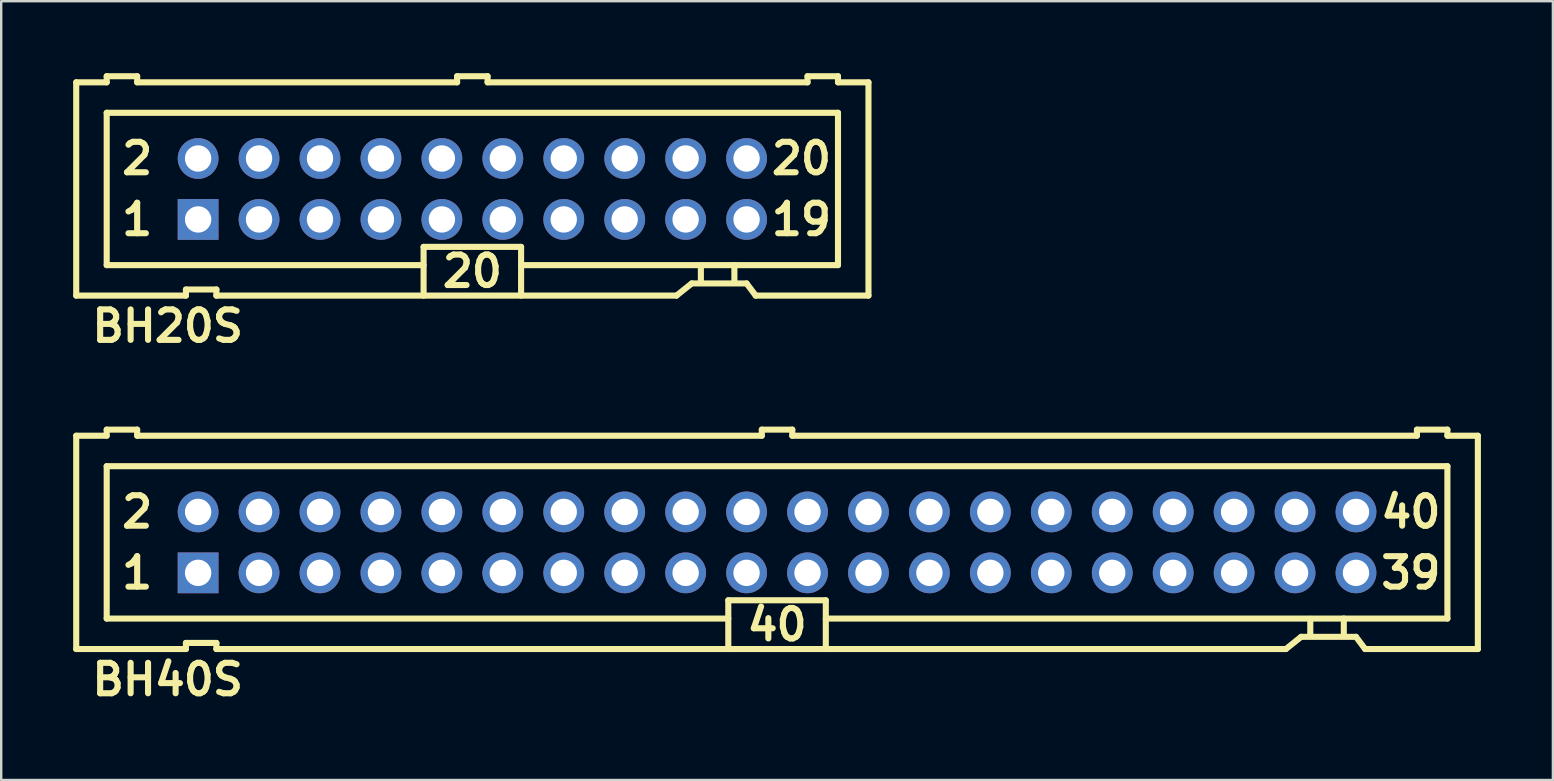
<source format=kicad_pcb>
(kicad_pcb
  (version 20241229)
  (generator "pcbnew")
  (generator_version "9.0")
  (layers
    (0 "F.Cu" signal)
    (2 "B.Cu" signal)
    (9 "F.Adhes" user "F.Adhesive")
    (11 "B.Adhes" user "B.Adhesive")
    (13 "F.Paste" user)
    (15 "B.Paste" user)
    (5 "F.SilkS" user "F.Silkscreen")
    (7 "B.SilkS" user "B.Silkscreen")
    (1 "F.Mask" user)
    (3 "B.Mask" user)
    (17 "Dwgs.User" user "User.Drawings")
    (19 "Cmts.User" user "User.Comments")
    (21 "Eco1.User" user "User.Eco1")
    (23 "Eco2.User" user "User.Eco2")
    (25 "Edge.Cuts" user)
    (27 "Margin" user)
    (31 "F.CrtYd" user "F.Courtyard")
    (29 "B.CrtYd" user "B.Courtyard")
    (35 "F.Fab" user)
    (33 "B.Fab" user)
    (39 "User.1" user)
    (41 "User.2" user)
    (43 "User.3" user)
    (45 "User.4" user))
  (footprint "BH40S"
    (layer "F.Cu")
    (at 29.337 19.556)
    (property "Reference" "BH40S" (at -25.4 5.715 0) (layer "F.SilkS") (effects (font (size 1.27 1.27) (thickness 0.254))))
    (attr smd)
    (fp_line (start -29.21 -4.445) (end -29.21 4.445) (stroke (width 0.254) (type solid)) (layer "F.SilkS"))
    (fp_line (start -29.21 -4.445) (end -27.94 -4.445) (stroke (width 0.254) (type solid)) (layer "F.SilkS"))
    (fp_line (start -29.21 4.445) (end -24.638 4.445) (stroke (width 0.254) (type solid)) (layer "F.SilkS"))
    (fp_line (start -27.94 -4.699) (end -27.94 -4.445) (stroke (width 0.254) (type solid)) (layer "F.SilkS"))
    (fp_line (start -27.94 -3.175) (end -27.94 3.175) (stroke (width 0.254) (type solid)) (layer "F.SilkS"))
    (fp_line (start -27.94 -3.175) (end 27.94 -3.175) (stroke (width 0.254) (type solid)) (layer "F.SilkS"))
    (fp_line (start -26.67 -4.699) (end -27.94 -4.699) (stroke (width 0.254) (type solid)) (layer "F.SilkS"))
    (fp_line (start -26.67 -4.699) (end -26.67 -4.445) (stroke (width 0.254) (type solid)) (layer "F.SilkS"))
    (fp_line (start -24.638 4.191) (end -24.638 4.445) (stroke (width 0.254) (type solid)) (layer "F.SilkS"))
    (fp_line (start -24.638 4.191) (end -23.368 4.191) (stroke (width 0.254) (type solid)) (layer "F.SilkS"))
    (fp_line (start -23.368 4.191) (end -23.368 4.445) (stroke (width 0.254) (type solid)) (layer "F.SilkS"))
    (fp_line (start -23.368 4.445) (end 21.209 4.445) (stroke (width 0.254) (type solid)) (layer "F.SilkS"))
    (fp_line (start -2.032 2.413) (end 2.032 2.413) (stroke (width 0.254) (type solid)) (layer "F.SilkS"))
    (fp_line (start -2.032 3.175) (end -27.94 3.175) (stroke (width 0.254) (type solid)) (layer "F.SilkS"))
    (fp_line (start -2.032 4.445) (end -2.032 2.413) (stroke (width 0.254) (type solid)) (layer "F.SilkS"))
    (fp_line (start -0.635 -4.699) (end -0.635 -4.445) (stroke (width 0.254) (type solid)) (layer "F.SilkS"))
    (fp_line (start -0.635 -4.445) (end -26.67 -4.445) (stroke (width 0.254) (type solid)) (layer "F.SilkS"))
    (fp_line (start 0.635 -4.699) (end -0.635 -4.699) (stroke (width 0.254) (type solid)) (layer "F.SilkS"))
    (fp_line (start 0.635 -4.699) (end 0.635 -4.445) (stroke (width 0.254) (type solid)) (layer "F.SilkS"))
    (fp_line (start 2.032 2.413) (end 2.032 4.445) (stroke (width 0.254) (type solid)) (layer "F.SilkS"))
    (fp_line (start 2.032 3.175) (end 27.94 3.175) (stroke (width 0.254) (type solid)) (layer "F.SilkS"))
    (fp_line (start 21.209 4.445) (end 21.844 3.937) (stroke (width 0.254) (type solid)) (layer "F.SilkS"))
    (fp_line (start 21.844 3.937) (end 24.13 3.937) (stroke (width 0.254) (type solid)) (layer "F.SilkS"))
    (fp_line (start 22.225 3.188) (end 22.225 3.835) (stroke (width 0.254) (type solid)) (layer "F.SilkS"))
    (fp_line (start 23.622 3.175) (end 23.622 3.835) (stroke (width 0.254) (type solid)) (layer "F.SilkS"))
    (fp_line (start 24.13 3.937) (end 24.511 4.445) (stroke (width 0.254) (type solid)) (layer "F.SilkS"))
    (fp_line (start 24.511 4.445) (end 29.21 4.445) (stroke (width 0.254) (type solid)) (layer "F.SilkS"))
    (fp_line (start 26.67 -4.699) (end 26.67 -4.445) (stroke (width 0.254) (type solid)) (layer "F.SilkS"))
    (fp_line (start 26.67 -4.445) (end 0.635 -4.445) (stroke (width 0.254) (type solid)) (layer "F.SilkS"))
    (fp_line (start 27.94 -4.699) (end 26.67 -4.699) (stroke (width 0.254) (type solid)) (layer "F.SilkS"))
    (fp_line (start 27.94 -4.699) (end 27.94 -4.445) (stroke (width 0.254) (type solid)) (layer "F.SilkS"))
    (fp_line (start 27.94 -3.175) (end 27.94 3.175) (stroke (width 0.254) (type solid)) (layer "F.SilkS"))
    (fp_line (start 29.21 -4.445) (end 27.94 -4.445) (stroke (width 0.254) (type solid)) (layer "F.SilkS"))
    (fp_line (start 29.21 -4.445) (end 29.21 4.445) (stroke (width 0.254) (type solid)) (layer "F.SilkS"))
    (fp_text user "2" (at -26.67 -1.27 0) (layer "F.SilkS") (effects (font (size 1.27 1.27) (thickness 0.254))))
    (fp_text user "40" (at 0 3.429 0) (layer "F.SilkS") (effects (font (size 1.27 1.27) (thickness 0.254))))
    (fp_text user "39" (at 26.416 1.27 0) (layer "F.SilkS") (effects (font (size 1.27 1.27) (thickness 0.254))))
    (fp_text user "40" (at 26.416 -1.27 0) (layer "F.SilkS") (effects (font (size 1.27 1.27) (thickness 0.254))))
    (fp_text user "1" (at -26.67 1.27 0) (layer "F.SilkS") (effects (font (size 1.27 1.27) (thickness 0.254))))
    (pad "1" thru_hole rect (at -24.13 1.27) (size 1.7 1.7) (drill 1.1) (layers "*.Cu" "*.Mask"))
    (pad "2" thru_hole circle (at -24.13 -1.27) (size 1.7 1.7) (drill 1.1) (layers "*.Cu" "*.Mask"))
    (pad "3" thru_hole circle (at -21.59 1.27) (size 1.7 1.7) (drill 1.1) (layers "*.Cu" "*.Mask"))
    (pad "4" thru_hole circle (at -21.59 -1.27) (size 1.7 1.7) (drill 1.1) (layers "*.Cu" "*.Mask"))
    (pad "5" thru_hole circle (at -19.05 1.27) (size 1.7 1.7) (drill 1.1) (layers "*.Cu" "*.Mask"))
    (pad "6" thru_hole circle (at -19.05 -1.27) (size 1.7 1.7) (drill 1.1) (layers "*.Cu" "*.Mask"))
    (pad "7" thru_hole circle (at -16.51 1.27) (size 1.7 1.7) (drill 1.1) (layers "*.Cu" "*.Mask"))
    (pad "8" thru_hole circle (at -16.51 -1.27) (size 1.7 1.7) (drill 1.1) (layers "*.Cu" "*.Mask"))
    (pad "9" thru_hole circle (at -13.97 1.27) (size 1.7 1.7) (drill 1.1) (layers "*.Cu" "*.Mask"))
    (pad "10" thru_hole circle (at -13.97 -1.27) (size 1.7 1.7) (drill 1.1) (layers "*.Cu" "*.Mask"))
    (pad "11" thru_hole circle (at -11.43 1.27) (size 1.7 1.7) (drill 1.1) (layers "*.Cu" "*.Mask"))
    (pad "12" thru_hole circle (at -11.43 -1.27) (size 1.7 1.7) (drill 1.1) (layers "*.Cu" "*.Mask"))
    (pad "13" thru_hole circle (at -8.89 1.27) (size 1.7 1.7) (drill 1.1) (layers "*.Cu" "*.Mask"))
    (pad "14" thru_hole circle (at -8.89 -1.27) (size 1.7 1.7) (drill 1.1) (layers "*.Cu" "*.Mask"))
    (pad "15" thru_hole circle (at -6.35 1.27) (size 1.7 1.7) (drill 1.1) (layers "*.Cu" "*.Mask"))
    (pad "16" thru_hole circle (at -6.35 -1.27) (size 1.7 1.7) (drill 1.1) (layers "*.Cu" "*.Mask"))
    (pad "17" thru_hole circle (at -3.81 1.27) (size 1.7 1.7) (drill 1.1) (layers "*.Cu" "*.Mask"))
    (pad "18" thru_hole circle (at -3.81 -1.27) (size 1.7 1.7) (drill 1.1) (layers "*.Cu" "*.Mask"))
    (pad "19" thru_hole circle (at -1.27 1.27) (size 1.7 1.7) (drill 1.1) (layers "*.Cu" "*.Mask"))
    (pad "20" thru_hole circle (at -1.27 -1.27) (size 1.7 1.7) (drill 1.1) (layers "*.Cu" "*.Mask"))
    (pad "21" thru_hole circle (at 1.27 1.27) (size 1.7 1.7) (drill 1.1) (layers "*.Cu" "*.Mask"))
    (pad "22" thru_hole circle (at 1.27 -1.27) (size 1.7 1.7) (drill 1.1) (layers "*.Cu" "*.Mask"))
    (pad "23" thru_hole circle (at 3.81 1.27) (size 1.7 1.7) (drill 1.1) (layers "*.Cu" "*.Mask"))
    (pad "24" thru_hole circle (at 3.81 -1.27) (size 1.7 1.7) (drill 1.1) (layers "*.Cu" "*.Mask"))
    (pad "25" thru_hole circle (at 6.35 1.27) (size 1.7 1.7) (drill 1.1) (layers "*.Cu" "*.Mask"))
    (pad "26" thru_hole circle (at 6.35 -1.27) (size 1.7 1.7) (drill 1.1) (layers "*.Cu" "*.Mask"))
    (pad "27" thru_hole circle (at 8.89 1.27) (size 1.7 1.7) (drill 1.1) (layers "*.Cu" "*.Mask"))
    (pad "28" thru_hole circle (at 8.89 -1.27) (size 1.7 1.7) (drill 1.1) (layers "*.Cu" "*.Mask"))
    (pad "29" thru_hole circle (at 11.43 1.27) (size 1.7 1.7) (drill 1.1) (layers "*.Cu" "*.Mask"))
    (pad "30" thru_hole circle (at 11.43 -1.27) (size 1.7 1.7) (drill 1.1) (layers "*.Cu" "*.Mask"))
    (pad "31" thru_hole circle (at 13.97 1.27) (size 1.7 1.7) (drill 1.1) (layers "*.Cu" "*.Mask"))
    (pad "32" thru_hole circle (at 13.97 -1.27) (size 1.7 1.7) (drill 1.1) (layers "*.Cu" "*.Mask"))
    (pad "33" thru_hole circle (at 16.51 1.27) (size 1.7 1.7) (drill 1.1) (layers "*.Cu" "*.Mask"))
    (pad "34" thru_hole circle (at 16.51 -1.27) (size 1.7 1.7) (drill 1.1) (layers "*.Cu" "*.Mask"))
    (pad "34" thru_hole circle (at 19.05 1.27) (size 1.7 1.7) (drill 1.1) (layers "*.Cu" "*.Mask"))
    (pad "36" thru_hole circle (at 19.05 -1.27) (size 1.7 1.7) (drill 1.1) (layers "*.Cu" "*.Mask"))
    (pad "37" thru_hole circle (at 21.59 1.27) (size 1.7 1.7) (drill 1.1) (layers "*.Cu" "*.Mask"))
    (pad "38" thru_hole circle (at 21.59 -1.27) (size 1.7 1.7) (drill 1.1) (layers "*.Cu" "*.Mask"))
    (pad "39" thru_hole circle (at 24.13 1.27) (size 1.7 1.7) (drill 1.1) (layers "*.Cu" "*.Mask"))
    (pad "40" thru_hole circle (at 24.13 -1.27) (size 1.7 1.7) (drill 1.1) (layers "*.Cu" "*.Mask")))
  (footprint "BH20S"
    (layer "F.Cu")
    (at 16.637 4.826)
    (property "Reference" "BH20S" (at -12.7 5.715 0) (layer "F.SilkS") (effects (font (size 1.27 1.27) (thickness 0.254))))
    (attr smd)
    (fp_line (start -16.51 -4.445) (end -16.51 4.445) (stroke (width 0.254) (type solid)) (layer "F.SilkS"))
    (fp_line (start -16.51 -4.445) (end -15.24 -4.445) (stroke (width 0.254) (type solid)) (layer "F.SilkS"))
    (fp_line (start -16.51 4.445) (end -11.938 4.445) (stroke (width 0.254) (type solid)) (layer "F.SilkS"))
    (fp_line (start -15.24 -4.699) (end -15.24 -4.445) (stroke (width 0.254) (type solid)) (layer "F.SilkS"))
    (fp_line (start -15.24 -3.175) (end -15.24 3.175) (stroke (width 0.254) (type solid)) (layer "F.SilkS"))
    (fp_line (start -15.24 -3.175) (end 15.24 -3.175) (stroke (width 0.254) (type solid)) (layer "F.SilkS"))
    (fp_line (start -13.97 -4.699) (end -15.24 -4.699) (stroke (width 0.254) (type solid)) (layer "F.SilkS"))
    (fp_line (start -13.97 -4.699) (end -13.97 -4.445) (stroke (width 0.254) (type solid)) (layer "F.SilkS"))
    (fp_line (start -11.938 4.191) (end -11.938 4.445) (stroke (width 0.254) (type solid)) (layer "F.SilkS"))
    (fp_line (start -11.938 4.191) (end -10.668 4.191) (stroke (width 0.254) (type solid)) (layer "F.SilkS"))
    (fp_line (start -10.668 4.191) (end -10.668 4.445) (stroke (width 0.254) (type solid)) (layer "F.SilkS"))
    (fp_line (start -10.668 4.445) (end 8.509 4.445) (stroke (width 0.254) (type solid)) (layer "F.SilkS"))
    (fp_line (start -2.032 2.413) (end 2.032 2.413) (stroke (width 0.254) (type solid)) (layer "F.SilkS"))
    (fp_line (start -2.032 3.175) (end -15.24 3.175) (stroke (width 0.254) (type solid)) (layer "F.SilkS"))
    (fp_line (start -2.032 4.445) (end -2.032 2.413) (stroke (width 0.254) (type solid)) (layer "F.SilkS"))
    (fp_line (start -0.635 -4.699) (end -0.635 -4.445) (stroke (width 0.254) (type solid)) (layer "F.SilkS"))
    (fp_line (start -0.635 -4.445) (end -13.97 -4.445) (stroke (width 0.254) (type solid)) (layer "F.SilkS"))
    (fp_line (start 0.635 -4.699) (end -0.635 -4.699) (stroke (width 0.254) (type solid)) (layer "F.SilkS"))
    (fp_line (start 0.635 -4.699) (end 0.635 -4.445) (stroke (width 0.254) (type solid)) (layer "F.SilkS"))
    (fp_line (start 2.032 2.413) (end 2.032 4.445) (stroke (width 0.254) (type solid)) (layer "F.SilkS"))
    (fp_line (start 2.032 3.175) (end 15.24 3.175) (stroke (width 0.254) (type solid)) (layer "F.SilkS"))
    (fp_line (start 8.509 4.445) (end 9.144 3.937) (stroke (width 0.254) (type solid)) (layer "F.SilkS"))
    (fp_line (start 9.144 3.937) (end 11.43 3.937) (stroke (width 0.254) (type solid)) (layer "F.SilkS"))
    (fp_line (start 9.525 3.188) (end 9.525 3.835) (stroke (width 0.254) (type solid)) (layer "F.SilkS"))
    (fp_line (start 10.922 3.175) (end 10.922 3.835) (stroke (width 0.254) (type solid)) (layer "F.SilkS"))
    (fp_line (start 11.43 3.937) (end 11.811 4.445) (stroke (width 0.254) (type solid)) (layer "F.SilkS"))
    (fp_line (start 11.811 4.445) (end 16.51 4.445) (stroke (width 0.254) (type solid)) (layer "F.SilkS"))
    (fp_line (start 13.97 -4.699) (end 13.97 -4.445) (stroke (width 0.254) (type solid)) (layer "F.SilkS"))
    (fp_line (start 13.97 -4.445) (end 0.635 -4.445) (stroke (width 0.254) (type solid)) (layer "F.SilkS"))
    (fp_line (start 15.24 -4.699) (end 13.97 -4.699) (stroke (width 0.254) (type solid)) (layer "F.SilkS"))
    (fp_line (start 15.24 -4.699) (end 15.24 -4.445) (stroke (width 0.254) (type solid)) (layer "F.SilkS"))
    (fp_line (start 15.24 -3.175) (end 15.24 3.175) (stroke (width 0.254) (type solid)) (layer "F.SilkS"))
    (fp_line (start 16.51 -4.445) (end 15.24 -4.445) (stroke (width 0.254) (type solid)) (layer "F.SilkS"))
    (fp_line (start 16.51 -4.445) (end 16.51 4.445) (stroke (width 0.254) (type solid)) (layer "F.SilkS"))
    (fp_text user "20" (at 0 3.429 0) (layer "F.SilkS") (effects (font (size 1.27 1.27) (thickness 0.254))))
    (fp_text user "19" (at 13.716 1.27 0) (layer "F.SilkS") (effects (font (size 1.27 1.27) (thickness 0.254))))
    (fp_text user "1" (at -13.97 1.27 0) (layer "F.SilkS") (effects (font (size 1.27 1.27) (thickness 0.254))))
    (fp_text user "20" (at 13.716 -1.27 0) (layer "F.SilkS") (effects (font (size 1.27 1.27) (thickness 0.254))))
    (fp_text user "2" (at -13.97 -1.27 0) (layer "F.SilkS") (effects (font (size 1.27 1.27) (thickness 0.254))))
    (pad "1" thru_hole rect (at -11.43 1.27) (size 1.7 1.7) (drill 1.1) (layers "*.Cu" "*.Mask"))
    (pad "2" thru_hole circle (at -11.43 -1.27) (size 1.7 1.7) (drill 1.1) (layers "*.Cu" "*.Mask"))
    (pad "3" thru_hole circle (at -8.89 1.27) (size 1.7 1.7) (drill 1.1) (layers "*.Cu" "*.Mask"))
    (pad "4" thru_hole circle (at -8.89 -1.27) (size 1.7 1.7) (drill 1.1) (layers "*.Cu" "*.Mask"))
    (pad "5" thru_hole circle (at -6.35 1.27) (size 1.7 1.7) (drill 1.1) (layers "*.Cu" "*.Mask"))
    (pad "6" thru_hole circle (at -6.35 -1.27) (size 1.7 1.7) (drill 1.1) (layers "*.Cu" "*.Mask"))
    (pad "7" thru_hole circle (at -3.81 1.27) (size 1.7 1.7) (drill 1.1) (layers "*.Cu" "*.Mask"))
    (pad "8" thru_hole circle (at -3.81 -1.27) (size 1.7 1.7) (drill 1.1) (layers "*.Cu" "*.Mask"))
    (pad "9" thru_hole circle (at -1.27 1.27) (size 1.7 1.7) (drill 1.1) (layers "*.Cu" "*.Mask"))
    (pad "10" thru_hole circle (at -1.27 -1.27) (size 1.7 1.7) (drill 1.1) (layers "*.Cu" "*.Mask"))
    (pad "11" thru_hole circle (at 1.27 1.27) (size 1.7 1.7) (drill 1.1) (layers "*.Cu" "*.Mask"))
    (pad "12" thru_hole circle (at 1.27 -1.27) (size 1.7 1.7) (drill 1.1) (layers "*.Cu" "*.Mask"))
    (pad "13" thru_hole circle (at 3.81 1.27) (size 1.7 1.7) (drill 1.1) (layers "*.Cu" "*.Mask"))
    (pad "14" thru_hole circle (at 3.81 -1.27) (size 1.7 1.7) (drill 1.1) (layers "*.Cu" "*.Mask"))
    (pad "15" thru_hole circle (at 6.35 1.27) (size 1.7 1.7) (drill 1.1) (layers "*.Cu" "*.Mask"))
    (pad "16" thru_hole circle (at 6.35 -1.27) (size 1.7 1.7) (drill 1.1) (layers "*.Cu" "*.Mask"))
    (pad "17" thru_hole circle (at 8.89 1.27) (size 1.7 1.7) (drill 1.1) (layers "*.Cu" "*.Mask"))
    (pad "18" thru_hole circle (at 8.89 -1.27) (size 1.7 1.7) (drill 1.1) (layers "*.Cu" "*.Mask"))
    (pad "19" thru_hole circle (at 11.43 1.27) (size 1.7 1.7) (drill 1.1) (layers "*.Cu" "*.Mask"))
    (pad "20" thru_hole circle (at 11.43 -1.27) (size 1.7 1.7) (drill 1.1) (layers "*.Cu" "*.Mask")))
  (gr_rect
    (start -3 -3)
    (end 61.674 29.459)
    (stroke (width 0.1) (type default))
    (fill no)
    (layer "Edge.Cuts")))
</source>
